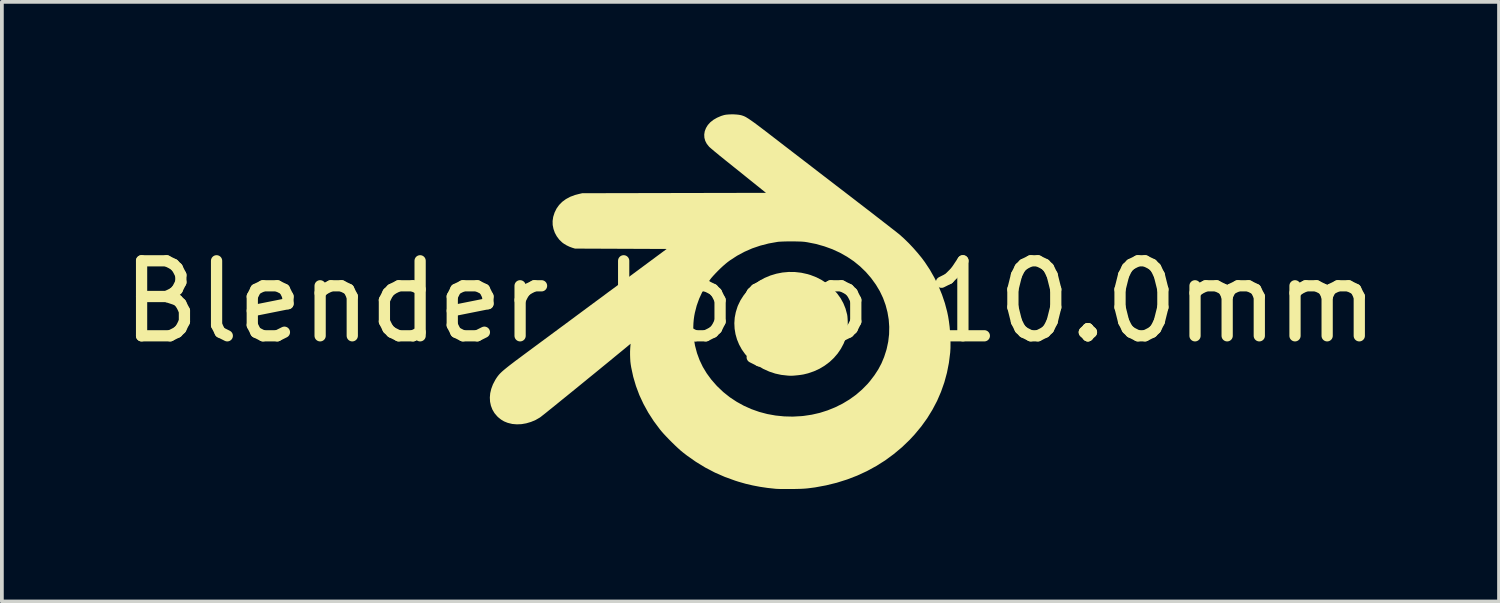
<source format=kicad_pcb>
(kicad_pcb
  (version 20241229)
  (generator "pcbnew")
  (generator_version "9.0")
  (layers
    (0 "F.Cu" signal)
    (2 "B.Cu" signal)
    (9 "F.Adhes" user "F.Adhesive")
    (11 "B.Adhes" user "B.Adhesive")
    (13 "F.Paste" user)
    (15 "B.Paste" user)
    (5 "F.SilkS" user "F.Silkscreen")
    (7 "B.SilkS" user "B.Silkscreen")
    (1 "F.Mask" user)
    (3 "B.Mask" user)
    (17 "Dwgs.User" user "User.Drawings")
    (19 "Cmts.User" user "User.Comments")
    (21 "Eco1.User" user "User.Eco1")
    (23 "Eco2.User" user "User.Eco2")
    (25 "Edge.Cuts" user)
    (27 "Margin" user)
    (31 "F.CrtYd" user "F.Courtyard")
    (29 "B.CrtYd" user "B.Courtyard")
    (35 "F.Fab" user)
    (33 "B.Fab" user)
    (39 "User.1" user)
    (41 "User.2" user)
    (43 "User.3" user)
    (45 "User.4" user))
  (footprint "Blender Logo 10.0mm"
    (layer "F.Cu")
    (at 16.964 4.996)
    (property "Reference" "Blender Logo 10.0mm" (at 0 0 180) (layer "F.SilkS") (effects (font (size 2 2) (thickness 0.3))))
    (attr board_only exclude_from_pos_files exclude_from_bom)
    (fp_poly (pts (xy 1.189 -0.791) (xy 1.357 -0.772) (xy 1.524 -0.735) (xy 1.603 -0.711) (xy 1.758 -0.651) (xy 1.9 -0.578) (xy 2.032 -0.49) (xy 2.156 -0.386) (xy 2.202 -0.341) (xy 2.312 -0.22) (xy 2.404 -0.093) (xy 2.478 0.041) (xy 2.536 0.183) (xy 2.577 0.335) (xy 2.578 0.336) (xy 2.586 0.386) (xy 2.591 0.45) (xy 2.595 0.522) (xy 2.596 0.599) (xy 2.595 0.674) (xy 2.592 0.742) (xy 2.586 0.799) (xy 2.583 0.821) (xy 2.543 0.973) (xy 2.486 1.118) (xy 2.413 1.255) (xy 2.325 1.384) (xy 2.223 1.502) (xy 2.108 1.61) (xy 1.981 1.705) (xy 1.843 1.788) (xy 1.695 1.856) (xy 1.538 1.91) (xy 1.42 1.939) (xy 1.375 1.947) (xy 1.32 1.955) (xy 1.26 1.962) (xy 1.2 1.968) (xy 1.144 1.973) (xy 1.098 1.975) (xy 1.065 1.975) (xy 1.065 1.975) (xy 1.041 1.974) (xy 1.008 1.972) (xy 0.993 1.971) (xy 0.822 1.952) (xy 0.661 1.917) (xy 0.504 1.865) (xy 0.35 1.796) (xy 0.345 1.794) (xy 0.203 1.711) (xy 0.074 1.617) (xy -0.041 1.512) (xy -0.143 1.397) (xy -0.23 1.274) (xy -0.302 1.143) (xy -0.358 1.007) (xy -0.398 0.866) (xy -0.422 0.721) (xy -0.429 0.574) (xy -0.419 0.426) (xy -0.39 0.278) (xy -0.344 0.131) (xy -0.332 0.101) (xy -0.265 -0.038) (xy -0.182 -0.167) (xy -0.084 -0.289) (xy -0.025 -0.35) (xy 0.099 -0.46) (xy 0.235 -0.555) (xy 0.379 -0.634) (xy 0.532 -0.698) (xy 0.691 -0.746) (xy 0.854 -0.778) (xy 1.021 -0.793)) (stroke (width 0) (type solid)) (fill yes) (layer "F.SilkS"))
    (fp_poly (pts (xy -0.446 -4.996) (xy -0.374 -4.992) (xy -0.31 -4.985) (xy -0.265 -4.977) (xy -0.24 -4.971) (xy -0.217 -4.964) (xy -0.194 -4.956) (xy -0.17 -4.947) (xy -0.144 -4.935) (xy -0.116 -4.92) (xy -0.085 -4.901) (xy -0.048 -4.878) (xy -0.007 -4.85) (xy 0.041 -4.817) (xy 0.097 -4.777) (xy 0.161 -4.73) (xy 0.234 -4.675) (xy 0.317 -4.612) (xy 0.412 -4.54) (xy 0.518 -4.458) (xy 0.638 -4.366) (xy 0.772 -4.263) (xy 0.795 -4.245) (xy 0.905 -4.16) (xy 1.029 -4.065) (xy 1.164 -3.961) (xy 1.309 -3.85) (xy 1.462 -3.732) (xy 1.621 -3.61) (xy 1.783 -3.485) (xy 1.948 -3.358) (xy 2.114 -3.231) (xy 2.277 -3.105) (xy 2.438 -2.982) (xy 2.593 -2.863) (xy 2.74 -2.75) (xy 2.872 -2.648) (xy 3.001 -2.549) (xy 3.127 -2.452) (xy 3.248 -2.359) (xy 3.362 -2.27) (xy 3.471 -2.186) (xy 3.571 -2.108) (xy 3.663 -2.037) (xy 3.746 -1.972) (xy 3.818 -1.916) (xy 3.879 -1.869) (xy 3.927 -1.83) (xy 3.962 -1.803) (xy 3.982 -1.786) (xy 3.983 -1.785) (xy 4.1 -1.68) (xy 4.221 -1.562) (xy 4.341 -1.435) (xy 4.456 -1.304) (xy 4.563 -1.174) (xy 4.651 -1.056) (xy 4.785 -0.853) (xy 4.906 -0.64) (xy 5.015 -0.418) (xy 5.108 -0.191) (xy 5.186 0.039) (xy 5.247 0.269) (xy 5.273 0.394) (xy 5.294 0.525) (xy 5.312 0.666) (xy 5.325 0.812) (xy 5.333 0.959) (xy 5.336 1.101) (xy 5.335 1.234) (xy 5.328 1.354) (xy 5.327 1.363) (xy 5.293 1.632) (xy 5.241 1.896) (xy 5.171 2.153) (xy 5.083 2.403) (xy 4.978 2.646) (xy 4.854 2.881) (xy 4.714 3.109) (xy 4.556 3.328) (xy 4.381 3.539) (xy 4.247 3.684) (xy 4.041 3.882) (xy 3.823 4.064) (xy 3.595 4.232) (xy 3.355 4.383) (xy 3.106 4.519) (xy 2.846 4.639) (xy 2.578 4.742) (xy 2.301 4.829) (xy 2.016 4.899) (xy 1.723 4.953) (xy 1.578 4.972) (xy 1.521 4.979) (xy 1.465 4.984) (xy 1.407 4.988) (xy 1.343 4.991) (xy 1.27 4.993) (xy 1.185 4.995) (xy 1.084 4.996) (xy 1.084 4.996) (xy 1.003 4.996) (xy 0.923 4.996) (xy 0.848 4.996) (xy 0.782 4.995) (xy 0.726 4.993) (xy 0.686 4.991) (xy 0.671 4.99) (xy 0.456 4.967) (xy 0.253 4.937) (xy 0.06 4.9) (xy -0.128 4.856) (xy -0.317 4.802) (xy -0.408 4.773) (xy -0.681 4.674) (xy -0.947 4.558) (xy -1.204 4.424) (xy -1.453 4.272) (xy -1.692 4.104) (xy -1.797 4.023) (xy -1.859 3.972) (xy -1.93 3.908) (xy -2.007 3.836) (xy -2.087 3.758) (xy -2.167 3.678) (xy -2.244 3.598) (xy -2.315 3.522) (xy -2.376 3.452) (xy -2.413 3.407) (xy -2.578 3.186) (xy -2.724 2.96) (xy -2.852 2.728) (xy -2.962 2.492) (xy -3.053 2.249) (xy -3.126 2.002) (xy -3.18 1.75) (xy -3.193 1.67) (xy -3.202 1.597) (xy -3.207 1.512) (xy -3.21 1.42) (xy -3.21 1.327) (xy -3.206 1.241) (xy -3.203 1.201) (xy -3.196 1.121) (xy -3.27 1.183) (xy -3.345 1.245) (xy -3.429 1.314) (xy -3.522 1.39) (xy -3.621 1.471) (xy -3.726 1.558) (xy -3.836 1.648) (xy -3.95 1.741) (xy -4.067 1.837) (xy -4.187 1.935) (xy -4.308 2.033) (xy -4.429 2.132) (xy -4.549 2.23) (xy -4.668 2.327) (xy -4.784 2.421) (xy -4.896 2.512) (xy -5.004 2.599) (xy -5.106 2.682) (xy -5.202 2.76) (xy -5.29 2.831) (xy -5.37 2.895) (xy -5.44 2.952) (xy -5.5 3) (xy -5.549 3.038) (xy -5.585 3.067) (xy -5.608 3.084) (xy -5.615 3.089) (xy -5.731 3.156) (xy -5.853 3.207) (xy -5.979 3.244) (xy -6.105 3.266) (xy -6.23 3.271) (xy -6.352 3.261) (xy -6.467 3.233) (xy -6.48 3.229) (xy -6.571 3.192) (xy -6.651 3.144) (xy -6.727 3.083) (xy -6.753 3.058) (xy -6.826 2.972) (xy -6.882 2.877) (xy -6.921 2.775) (xy -6.944 2.668) (xy -6.95 2.556) (xy -6.94 2.441) (xy -6.912 2.324) (xy -6.868 2.206) (xy -6.806 2.088) (xy -6.785 2.054) (xy -6.766 2.025) (xy -6.747 1.998) (xy -6.727 1.972) (xy -6.706 1.946) (xy -6.681 1.919) (xy -6.653 1.891) (xy -6.62 1.86) (xy -6.581 1.826) (xy -6.535 1.788) (xy -6.482 1.745) (xy -6.42 1.696) (xy -6.348 1.641) (xy -6.266 1.578) (xy -6.171 1.508) (xy -6.065 1.429) (xy -5.945 1.34) (xy -5.81 1.24) (xy -5.807 1.238) (xy -5.718 1.172) (xy -5.614 1.095) (xy -5.499 1.01) (xy -5.371 0.916) (xy -5.234 0.814) (xy -5.201 0.79) (xy -1.525 0.79) (xy -1.52 0.891) (xy -1.513 0.969) (xy -1.477 1.175) (xy -1.425 1.372) (xy -1.356 1.559) (xy -1.27 1.739) (xy -1.166 1.911) (xy -1.045 2.076) (xy -0.906 2.235) (xy -0.883 2.259) (xy -0.723 2.411) (xy -0.551 2.548) (xy -0.368 2.669) (xy -0.176 2.775) (xy 0.025 2.865) (xy 0.234 2.939) (xy 0.449 2.996) (xy 0.671 3.036) (xy 0.898 3.059) (xy 1.128 3.065) (xy 1.362 3.052) (xy 1.415 3.047) (xy 1.635 3.014) (xy 1.85 2.965) (xy 2.06 2.898) (xy 2.262 2.816) (xy 2.457 2.719) (xy 2.641 2.608) (xy 2.815 2.483) (xy 2.976 2.344) (xy 3.124 2.194) (xy 3.19 2.116) (xy 3.309 1.96) (xy 3.411 1.803) (xy 3.496 1.642) (xy 3.566 1.474) (xy 3.623 1.297) (xy 3.633 1.262) (xy 3.675 1.066) (xy 3.698 0.869) (xy 3.702 0.671) (xy 3.688 0.475) (xy 3.655 0.28) (xy 3.605 0.089) (xy 3.537 -0.098) (xy 3.451 -0.279) (xy 3.347 -0.453) (xy 3.345 -0.456) (xy 3.218 -0.631) (xy 3.078 -0.793) (xy 2.924 -0.942) (xy 2.757 -1.078) (xy 2.577 -1.199) (xy 2.387 -1.306) (xy 2.185 -1.399) (xy 1.972 -1.476) (xy 1.75 -1.539) (xy 1.518 -1.585) (xy 1.454 -1.595) (xy 1.413 -1.599) (xy 1.356 -1.603) (xy 1.287 -1.605) (xy 1.21 -1.607) (xy 1.127 -1.608) (xy 1.043 -1.608) (xy 0.961 -1.607) (xy 0.884 -1.605) (xy 0.816 -1.602) (xy 0.761 -1.599) (xy 0.724 -1.595) (xy 0.488 -1.553) (xy 0.263 -1.495) (xy 0.048 -1.422) (xy -0.157 -1.332) (xy -0.353 -1.227) (xy -0.541 -1.105) (xy -0.605 -1.058) (xy -0.663 -1.011) (xy -0.729 -0.954) (xy -0.799 -0.889) (xy -0.869 -0.82) (xy -0.936 -0.751) (xy -0.997 -0.685) (xy -1.049 -0.625) (xy -1.072 -0.594) (xy -1.189 -0.425) (xy -1.287 -0.254) (xy -1.368 -0.078) (xy -1.433 0.104) (xy -1.482 0.295) (xy -1.498 0.379) (xy -1.511 0.47) (xy -1.52 0.573) (xy -1.524 0.682) (xy -1.525 0.79) (xy -5.201 0.79) (xy -5.089 0.707) (xy -4.936 0.594) (xy -4.778 0.477) (xy -4.615 0.356) (xy -4.45 0.234) (xy -4.283 0.11) (xy -4.115 -0.014) (xy -3.949 -0.136) (xy -3.786 -0.258) (xy -3.653 -0.355) (xy -2.234 -1.406) (xy -3.457 -1.411) (xy -4.679 -1.416) (xy -4.751 -1.438) (xy -4.827 -1.466) (xy -4.904 -1.503) (xy -4.974 -1.545) (xy -5.019 -1.578) (xy -5.099 -1.655) (xy -5.165 -1.743) (xy -5.217 -1.839) (xy -5.253 -1.941) (xy -5.274 -2.046) (xy -5.276 -2.152) (xy -5.261 -2.257) (xy -5.261 -2.259) (xy -5.223 -2.378) (xy -5.17 -2.485) (xy -5.102 -2.58) (xy -5.019 -2.664) (xy -4.921 -2.736) (xy -4.808 -2.797) (xy -4.68 -2.845) (xy -4.581 -2.871) (xy -4.487 -2.893) (xy -2.037 -2.898) (xy 0.414 -2.903) (xy 0.062 -3.186) (xy -0.024 -3.255) (xy -0.121 -3.333) (xy -0.225 -3.417) (xy -0.332 -3.503) (xy -0.44 -3.589) (xy -0.543 -3.672) (xy -0.638 -3.748) (xy -0.671 -3.774) (xy -0.747 -3.836) (xy -0.821 -3.895) (xy -0.889 -3.952) (xy -0.952 -4.003) (xy -1.006 -4.049) (xy -1.051 -4.087) (xy -1.084 -4.116) (xy -1.104 -4.134) (xy -1.105 -4.136) (xy -1.164 -4.21) (xy -1.205 -4.289) (xy -1.228 -4.373) (xy -1.232 -4.46) (xy -1.218 -4.547) (xy -1.185 -4.632) (xy -1.136 -4.712) (xy -1.07 -4.785) (xy -0.988 -4.85) (xy -0.891 -4.906) (xy -0.782 -4.953) (xy -0.701 -4.978) (xy -0.652 -4.987) (xy -0.59 -4.993) (xy -0.519 -4.996)) (stroke (width 0) (type solid)) (fill yes) (layer "F.SilkS")))
  (gr_rect
    (start -3 -3)
    (end 36.929 12.992)
    (stroke (width 0.1) (type default))
    (fill no)
    (layer "Edge.Cuts")))
</source>
